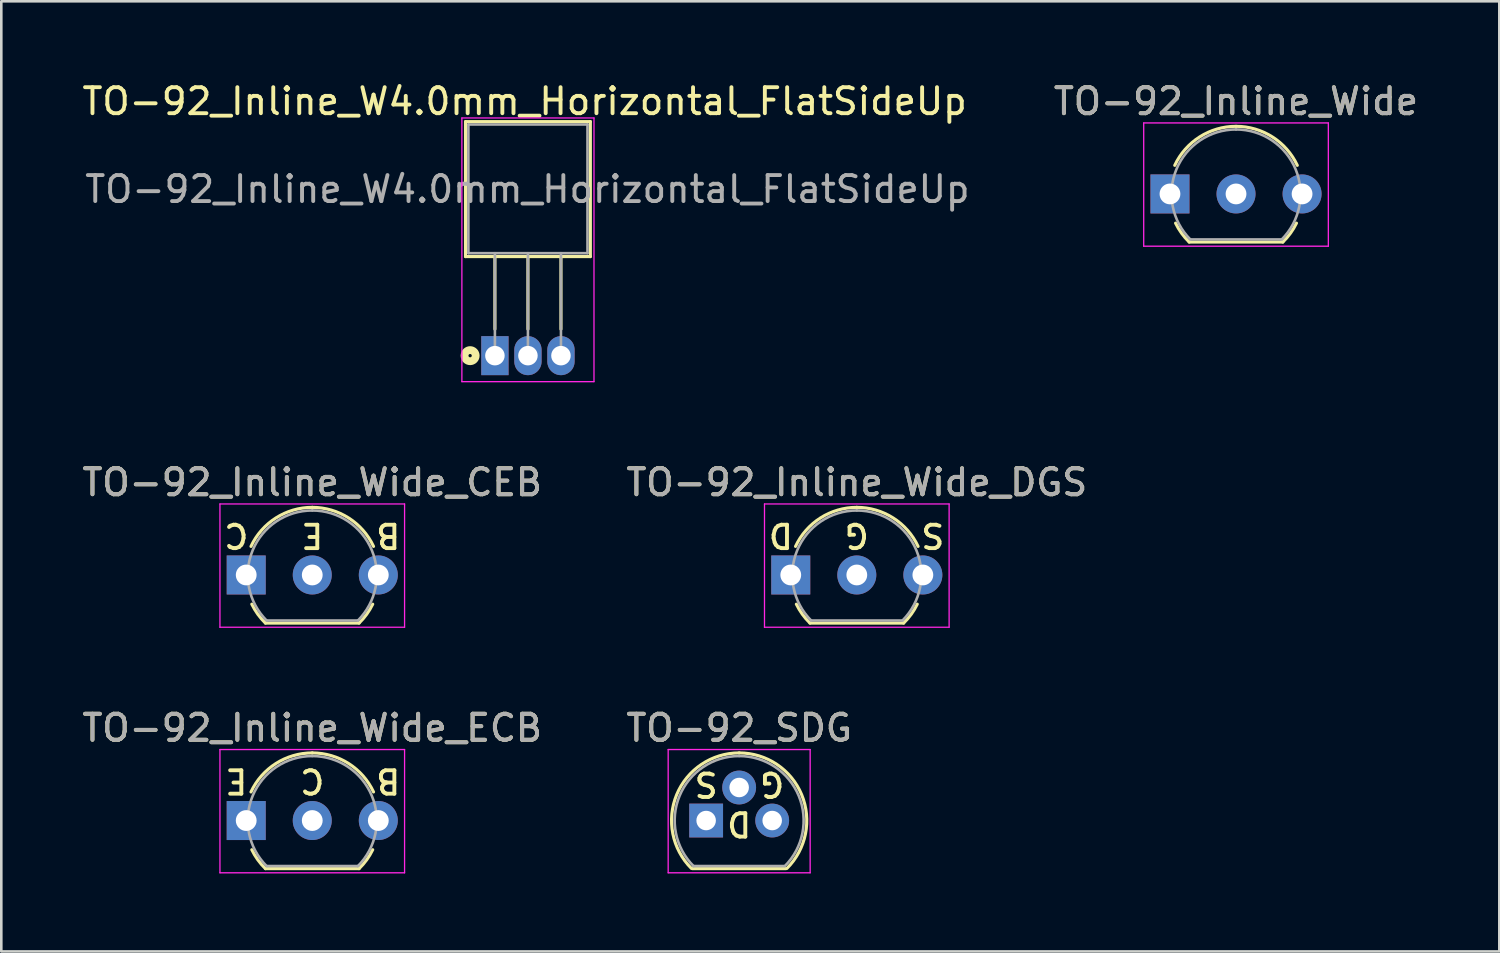
<source format=kicad_pcb>
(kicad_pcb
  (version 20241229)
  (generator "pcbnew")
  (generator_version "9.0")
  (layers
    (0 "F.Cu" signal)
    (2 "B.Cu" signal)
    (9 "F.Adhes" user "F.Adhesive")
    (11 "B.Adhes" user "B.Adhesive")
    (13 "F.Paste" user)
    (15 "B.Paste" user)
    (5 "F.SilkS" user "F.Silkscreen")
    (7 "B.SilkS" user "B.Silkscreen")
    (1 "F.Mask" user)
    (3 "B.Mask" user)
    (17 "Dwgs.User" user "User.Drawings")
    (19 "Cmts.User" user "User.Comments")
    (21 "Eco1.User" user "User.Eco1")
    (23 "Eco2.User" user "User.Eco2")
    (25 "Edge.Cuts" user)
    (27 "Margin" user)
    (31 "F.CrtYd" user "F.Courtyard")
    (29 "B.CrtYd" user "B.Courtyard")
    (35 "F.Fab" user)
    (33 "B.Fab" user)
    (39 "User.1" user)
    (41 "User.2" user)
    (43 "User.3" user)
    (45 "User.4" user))
  (footprint "TO-92_Inline_Wide"
    (layer "F.Cu")
    (at 41.942 4.408)
    (property "Reference" "TO-92_Inline_Wide" (at 2.54 -3.56 0) (layer "F.SilkS") (effects (font (size 1 1) (thickness 0.15))))
    (attr through_hole)
    (fp_line (start 0.74 1.85) (end 4.34 1.85) (stroke (width 0.12) (type solid)) (layer "F.SilkS"))
    (fp_arc (start 0.1836 -1.098807) (mid 1.143021 -2.192817) (end 2.54 -2.6) (stroke (width 0.12) (type solid)) (layer "F.SilkS"))
    (fp_arc (start 0.74 1.85) (mid 0.446097 1.509328) (end 0.215816 1.122795) (stroke (width 0.12) (type solid)) (layer "F.SilkS"))
    (fp_arc (start 2.54 -2.6) (mid 3.936979 -2.192818) (end 4.8964 -1.098807) (stroke (width 0.12) (type solid)) (layer "F.SilkS"))
    (fp_arc (start 4.864184 1.122795) (mid 4.633903 1.509328) (end 4.34 1.85) (stroke (width 0.12) (type solid)) (layer "F.SilkS"))
    (fp_line (start -1.01 -2.73) (end -1.01 2.01) (stroke (width 0.05) (type solid)) (layer "F.CrtYd"))
    (fp_line (start -1.01 -2.73) (end 6.09 -2.73) (stroke (width 0.05) (type solid)) (layer "F.CrtYd"))
    (fp_line (start 6.09 2.01) (end -1.01 2.01) (stroke (width 0.05) (type solid)) (layer "F.CrtYd"))
    (fp_line (start 6.09 2.01) (end 6.09 -2.73) (stroke (width 0.05) (type solid)) (layer "F.CrtYd"))
    (fp_line (start 0.8 1.75) (end 4.3 1.75) (stroke (width 0.1) (type solid)) (layer "F.Fab"))
    (fp_arc (start 0.786375 1.753625) (mid 0.248779 -0.949055) (end 2.54 -2.48) (stroke (width 0.1) (type solid)) (layer "F.Fab"))
    (fp_arc (start 2.54 -2.48) (mid 4.831221 -0.949055) (end 4.293625 1.753625) (stroke (width 0.1) (type solid)) (layer "F.Fab"))
    (fp_text user "${REFERENCE}" (at 2.54 -3.56 0) (layer "F.Fab") (effects (font (size 1 1) (thickness 0.15))))
    (pad "1" thru_hole rect (at 0 0 90) (size 1.5 1.5) (drill 0.8) (layers "*.Cu" "*.Mask"))
    (pad "2" thru_hole circle (at 2.54 0 90) (size 1.5 1.5) (drill 0.8) (layers "*.Cu" "*.Mask"))
    (pad "3" thru_hole circle (at 5.08 0 90) (size 1.5 1.5) (drill 0.8) (layers "*.Cu" "*.Mask")))
  (footprint "TO-92_Inline_Wide_DGS"
    (layer "F.Cu")
    (at 27.359 19.061)
    (property "Reference" "TO-92_Inline_Wide_DGS" (at 2.54 -3.56 0) (layer "F.SilkS") (effects (font (size 1 1) (thickness 0.15))))
    (fp_line (start 0.74 1.85) (end 4.34 1.85) (stroke (width 0.12) (type solid)) (layer "F.SilkS"))
    (fp_arc (start 0.1836 -1.098807) (mid 1.143021 -2.192817) (end 2.54 -2.6) (stroke (width 0.12) (type solid)) (layer "F.SilkS"))
    (fp_arc (start 0.74 1.85) (mid 0.446097 1.509328) (end 0.215816 1.122795) (stroke (width 0.12) (type solid)) (layer "F.SilkS"))
    (fp_arc (start 2.54 -2.6) (mid 3.936979 -2.192818) (end 4.8964 -1.098807) (stroke (width 0.12) (type solid)) (layer "F.SilkS"))
    (fp_arc (start 4.864184 1.122795) (mid 4.633903 1.509328) (end 4.34 1.85) (stroke (width 0.12) (type solid)) (layer "F.SilkS"))
    (fp_line (start -1.01 -2.73) (end -1.01 2.01) (stroke (width 0.05) (type solid)) (layer "F.CrtYd"))
    (fp_line (start -1.01 -2.73) (end 6.09 -2.73) (stroke (width 0.05) (type solid)) (layer "F.CrtYd"))
    (fp_line (start 6.09 2.01) (end -1.01 2.01) (stroke (width 0.05) (type solid)) (layer "F.CrtYd"))
    (fp_line (start 6.09 2.01) (end 6.09 -2.73) (stroke (width 0.05) (type solid)) (layer "F.CrtYd"))
    (fp_line (start 0.8 1.75) (end 4.3 1.75) (stroke (width 0.1) (type solid)) (layer "F.Fab"))
    (fp_arc (start 0.786375 1.753625) (mid 0.248779 -0.949055) (end 2.54 -2.48) (stroke (width 0.1) (type solid)) (layer "F.Fab"))
    (fp_arc (start 2.54 -2.48) (mid 4.831221 -0.949055) (end 4.293625 1.753625) (stroke (width 0.1) (type solid)) (layer "F.Fab"))
    (fp_text user "G" (at 2.54 -1.524 180) (unlocked yes) (layer "F.SilkS") (effects (font (size 0.9 0.9) (thickness 0.15))))
    (fp_text user "S" (at 5.461 -1.524 180) (unlocked yes) (layer "F.SilkS") (effects (font (size 0.9 0.9) (thickness 0.15))))
    (fp_text user "D" (at -0.381 -1.524 180) (unlocked yes) (layer "F.SilkS") (effects (font (size 0.9 0.9) (thickness 0.15))))
    (fp_text user "${REFERENCE}" (at 2.54 -3.56 0) (layer "F.Fab") (effects (font (size 1 1) (thickness 0.15))))
    (pad "1" thru_hole rect (at 0 0 90) (size 1.5 1.5) (drill 0.8) (layers "*.Cu" "*.Mask"))
    (pad "2" thru_hole circle (at 2.54 0 90) (size 1.5 1.5) (drill 0.8) (layers "*.Cu" "*.Mask"))
    (pad "3" thru_hole circle (at 5.08 0 90) (size 1.5 1.5) (drill 0.8) (layers "*.Cu" "*.Mask")))
  (footprint "TO-92_Inline_W4.0mm_Horizontal_FlatSideUp"
    (layer "F.Cu")
    (at 15.982 10.627)
    (property "Reference" "TO-92_Inline_W4.0mm_Horizontal_FlatSideUp" (at 1.143 -9.779 0) (layer "F.SilkS") (effects (font (size 1 1) (thickness 0.15))))
    (attr through_hole)
    (fp_line (start -1.13 -9) (end -1.13 -3.81) (stroke (width 0.12) (type solid)) (layer "F.SilkS"))
    (fp_line (start -1.13 -3.81) (end 3.67 -3.81) (stroke (width 0.12) (type solid)) (layer "F.SilkS"))
    (fp_line (start 0 -1.02) (end 0 -3.81) (stroke (width 0.12) (type solid)) (layer "F.SilkS"))
    (fp_line (start 1.27 -1.02) (end 1.27 -3.81) (stroke (width 0.12) (type solid)) (layer "F.SilkS"))
    (fp_line (start 2.54 -1.02) (end 2.54 -3.81) (stroke (width 0.12) (type solid)) (layer "F.SilkS"))
    (fp_line (start 3.67 -9) (end -1.13 -9) (stroke (width 0.12) (type solid)) (layer "F.SilkS"))
    (fp_line (start 3.67 -3.81) (end 3.67 -9) (stroke (width 0.12) (type solid)) (layer "F.SilkS"))
    (fp_circle (center -0.953 0) (end -0.889 0) (stroke (width 0.3) (type solid)) (fill no) (layer "F.SilkS"))
    (fp_line (start -1.27 -9.14) (end -1.27 1) (stroke (width 0.05) (type solid)) (layer "F.CrtYd"))
    (fp_line (start -1.27 -9.14) (end 3.81 -9.14) (stroke (width 0.05) (type solid)) (layer "F.CrtYd"))
    (fp_line (start 3.81 1) (end -1.27 1) (stroke (width 0.05) (type solid)) (layer "F.CrtYd"))
    (fp_line (start 3.81 1) (end 3.81 -9.14) (stroke (width 0.05) (type solid)) (layer "F.CrtYd"))
    (fp_line (start -1.02 -8.89) (end -1.02 -3.94) (stroke (width 0.1) (type solid)) (layer "F.Fab"))
    (fp_line (start -1.02 -3.94) (end 3.56 -3.94) (stroke (width 0.1) (type solid)) (layer "F.Fab"))
    (fp_line (start 0 -3.94) (end 0 0) (stroke (width 0.1) (type solid)) (layer "F.Fab"))
    (fp_line (start 1.27 -3.94) (end 1.27 0) (stroke (width 0.1) (type solid)) (layer "F.Fab"))
    (fp_line (start 2.54 -3.94) (end 2.54 0) (stroke (width 0.1) (type solid)) (layer "F.Fab"))
    (fp_line (start 3.56 -8.89) (end -1.02 -8.89) (stroke (width 0.1) (type solid)) (layer "F.Fab"))
    (fp_line (start 3.56 -3.94) (end 3.56 -8.89) (stroke (width 0.1) (type solid)) (layer "F.Fab"))
    (fp_text user "${REFERENCE}" (at 1.25 -6.4 0) (layer "F.Fab") (effects (font (size 1 1) (thickness 0.15))))
    (pad "1" thru_hole rect (at 0 0) (size 1.05 1.5) (drill 0.75) (layers "*.Cu" "*.Mask"))
    (pad "2" thru_hole oval (at 1.27 0) (size 1.05 1.5) (drill 0.75) (layers "*.Cu" "*.Mask"))
    (pad "3" thru_hole oval (at 2.54 0) (size 1.05 1.5) (drill 0.75) (layers "*.Cu" "*.Mask")))
  (footprint "TO-92_Inline_Wide_CEB"
    (layer "F.Cu")
    (at 6.418 19.061)
    (property "Reference" "TO-92_Inline_Wide_CEB" (at 2.54 -3.56 0) (layer "F.SilkS") (effects (font (size 1 1) (thickness 0.15))))
    (fp_line (start 0.74 1.85) (end 4.34 1.85) (stroke (width 0.12) (type solid)) (layer "F.SilkS"))
    (fp_arc (start 0.1836 -1.098807) (mid 1.143021 -2.192817) (end 2.54 -2.6) (stroke (width 0.12) (type solid)) (layer "F.SilkS"))
    (fp_arc (start 0.74 1.85) (mid 0.446097 1.509328) (end 0.215816 1.122795) (stroke (width 0.12) (type solid)) (layer "F.SilkS"))
    (fp_arc (start 2.54 -2.6) (mid 3.936979 -2.192818) (end 4.8964 -1.098807) (stroke (width 0.12) (type solid)) (layer "F.SilkS"))
    (fp_arc (start 4.864184 1.122795) (mid 4.633903 1.509328) (end 4.34 1.85) (stroke (width 0.12) (type solid)) (layer "F.SilkS"))
    (fp_line (start -1.01 -2.73) (end -1.01 2.01) (stroke (width 0.05) (type solid)) (layer "F.CrtYd"))
    (fp_line (start -1.01 -2.73) (end 6.09 -2.73) (stroke (width 0.05) (type solid)) (layer "F.CrtYd"))
    (fp_line (start 6.09 2.01) (end -1.01 2.01) (stroke (width 0.05) (type solid)) (layer "F.CrtYd"))
    (fp_line (start 6.09 2.01) (end 6.09 -2.73) (stroke (width 0.05) (type solid)) (layer "F.CrtYd"))
    (fp_line (start 0.8 1.75) (end 4.3 1.75) (stroke (width 0.1) (type solid)) (layer "F.Fab"))
    (fp_arc (start 0.786375 1.753625) (mid 0.248779 -0.949055) (end 2.54 -2.48) (stroke (width 0.1) (type solid)) (layer "F.Fab"))
    (fp_arc (start 2.54 -2.48) (mid 4.831221 -0.949055) (end 4.293625 1.753625) (stroke (width 0.1) (type solid)) (layer "F.Fab"))
    (fp_text user "C" (at -0.381 -1.524 180) (unlocked yes) (layer "F.SilkS") (effects (font (size 0.9 0.9) (thickness 0.15))))
    (fp_text user "B" (at 5.461 -1.524 180) (unlocked yes) (layer "F.SilkS") (effects (font (size 0.9 0.9) (thickness 0.15))))
    (fp_text user "E" (at 2.54 -1.524 180) (unlocked yes) (layer "F.SilkS") (effects (font (size 0.9 0.9) (thickness 0.15))))
    (fp_text user "${REFERENCE}" (at 2.54 -3.56 0) (layer "F.Fab") (effects (font (size 1 1) (thickness 0.15))))
    (pad "1" thru_hole rect (at 0 0 90) (size 1.5 1.5) (drill 0.8) (layers "*.Cu" "*.Mask"))
    (pad "2" thru_hole circle (at 2.54 0 90) (size 1.5 1.5) (drill 0.8) (layers "*.Cu" "*.Mask"))
    (pad "3" thru_hole circle (at 5.08 0 90) (size 1.5 1.5) (drill 0.8) (layers "*.Cu" "*.Mask")))
  (footprint "TO-92_Inline_Wide_ECB"
    (layer "F.Cu")
    (at 6.418 28.504)
    (property "Reference" "TO-92_Inline_Wide_ECB" (at 2.54 -3.56 0) (layer "F.SilkS") (effects (font (size 1 1) (thickness 0.15))))
    (fp_line (start 0.74 1.85) (end 4.34 1.85) (stroke (width 0.12) (type solid)) (layer "F.SilkS"))
    (fp_arc (start 0.1836 -1.098807) (mid 1.143021 -2.192817) (end 2.54 -2.6) (stroke (width 0.12) (type solid)) (layer "F.SilkS"))
    (fp_arc (start 0.74 1.85) (mid 0.446097 1.509328) (end 0.215816 1.122795) (stroke (width 0.12) (type solid)) (layer "F.SilkS"))
    (fp_arc (start 2.54 -2.6) (mid 3.936979 -2.192818) (end 4.8964 -1.098807) (stroke (width 0.12) (type solid)) (layer "F.SilkS"))
    (fp_arc (start 4.864184 1.122795) (mid 4.633903 1.509328) (end 4.34 1.85) (stroke (width 0.12) (type solid)) (layer "F.SilkS"))
    (fp_line (start -1.01 -2.73) (end -1.01 2.01) (stroke (width 0.05) (type solid)) (layer "F.CrtYd"))
    (fp_line (start -1.01 -2.73) (end 6.09 -2.73) (stroke (width 0.05) (type solid)) (layer "F.CrtYd"))
    (fp_line (start 6.09 2.01) (end -1.01 2.01) (stroke (width 0.05) (type solid)) (layer "F.CrtYd"))
    (fp_line (start 6.09 2.01) (end 6.09 -2.73) (stroke (width 0.05) (type solid)) (layer "F.CrtYd"))
    (fp_line (start 0.8 1.75) (end 4.3 1.75) (stroke (width 0.1) (type solid)) (layer "F.Fab"))
    (fp_arc (start 0.786375 1.753625) (mid 0.248779 -0.949055) (end 2.54 -2.48) (stroke (width 0.1) (type solid)) (layer "F.Fab"))
    (fp_arc (start 2.54 -2.48) (mid 4.831221 -0.949055) (end 4.293625 1.753625) (stroke (width 0.1) (type solid)) (layer "F.Fab"))
    (fp_text user "C" (at 2.54 -1.524 180) (unlocked yes) (layer "F.SilkS") (effects (font (size 0.9 0.9) (thickness 0.15))))
    (fp_text user "E" (at -0.381 -1.524 180) (unlocked yes) (layer "F.SilkS") (effects (font (size 0.9 0.9) (thickness 0.15))))
    (fp_text user "B" (at 5.461 -1.524 180) (unlocked yes) (layer "F.SilkS") (effects (font (size 0.9 0.9) (thickness 0.15))))
    (fp_text user "${REFERENCE}" (at 2.54 -3.56 0) (layer "F.Fab") (effects (font (size 1 1) (thickness 0.15))))
    (pad "1" thru_hole rect (at 0 0 90) (size 1.5 1.5) (drill 0.8) (layers "*.Cu" "*.Mask"))
    (pad "2" thru_hole circle (at 2.54 0 90) (size 1.5 1.5) (drill 0.8) (layers "*.Cu" "*.Mask"))
    (pad "3" thru_hole circle (at 5.08 0 90) (size 1.5 1.5) (drill 0.8) (layers "*.Cu" "*.Mask")))
  (footprint "TO-92_SDG"
    (layer "F.Cu")
    (at 24.105 28.504)
    (property "Reference" "TO-92_SDG" (at 1.27 -3.56 0) (layer "F.SilkS") (effects (font (size 1 1) (thickness 0.15))))
    (fp_line (start -0.53 1.85) (end 3.07 1.85) (stroke (width 0.12) (type solid)) (layer "F.SilkS"))
    (fp_arc (start -0.568478 1.838478) (mid -1.132087 -0.994977) (end 1.27 -2.6) (stroke (width 0.12) (type solid)) (layer "F.SilkS"))
    (fp_arc (start 1.27 -2.6) (mid 3.672087 -0.994977) (end 3.108478 1.838478) (stroke (width 0.12) (type solid)) (layer "F.SilkS"))
    (fp_line (start -1.46 -2.73) (end -1.46 2.01) (stroke (width 0.05) (type solid)) (layer "F.CrtYd"))
    (fp_line (start -1.46 -2.73) (end 4 -2.73) (stroke (width 0.05) (type solid)) (layer "F.CrtYd"))
    (fp_line (start 4 2.01) (end -1.46 2.01) (stroke (width 0.05) (type solid)) (layer "F.CrtYd"))
    (fp_line (start 4 2.01) (end 4 -2.73) (stroke (width 0.05) (type solid)) (layer "F.CrtYd"))
    (fp_line (start -0.5 1.75) (end 3 1.75) (stroke (width 0.1) (type solid)) (layer "F.Fab"))
    (fp_arc (start -0.483625 1.753625) (mid -1.021221 -0.949055) (end 1.27 -2.48) (stroke (width 0.1) (type solid)) (layer "F.Fab"))
    (fp_arc (start 1.27 -2.48) (mid 3.561221 -0.949055) (end 3.023625 1.753625) (stroke (width 0.1) (type solid)) (layer "F.Fab"))
    (fp_text user "G" (at 2.54 -1.397 180) (unlocked yes) (layer "F.SilkS") (effects (font (size 0.9 0.9) (thickness 0.15))))
    (fp_text user "S" (at 0 -1.397 180) (unlocked yes) (layer "F.SilkS") (effects (font (size 0.9 0.9) (thickness 0.15))))
    (fp_text user "D" (at 1.27 0.127 180) (unlocked yes) (layer "F.SilkS") (effects (font (size 0.9 0.9) (thickness 0.15))))
    (fp_text user "${REFERENCE}" (at 1.27 -3.56 0) (layer "F.Fab") (effects (font (size 1 1) (thickness 0.15))))
    (pad "1" thru_hole rect (at 0 0 90) (size 1.3 1.3) (drill 0.75) (layers "*.Cu" "*.Mask"))
    (pad "2" thru_hole circle (at 1.27 -1.27 90) (size 1.3 1.3) (drill 0.75) (layers "*.Cu" "*.Mask"))
    (pad "3" thru_hole circle (at 2.54 0 90) (size 1.3 1.3) (drill 0.75) (layers "*.Cu" "*.Mask")))
  (gr_rect
    (start -3 -3)
    (end 54.607 33.539)
    (stroke (width 0.1) (type default))
    (fill no)
    (layer "Edge.Cuts")))
</source>
